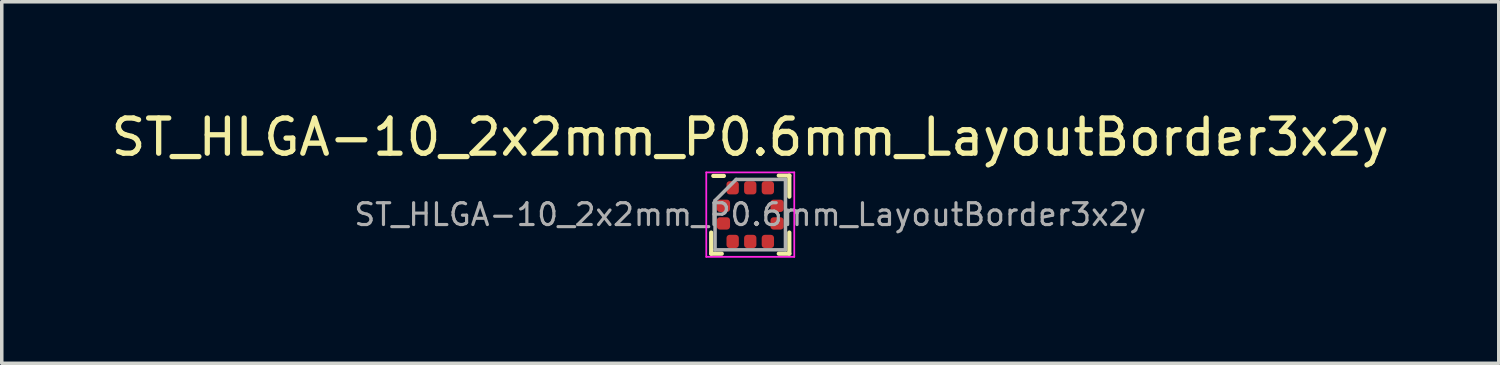
<source format=kicad_pcb>
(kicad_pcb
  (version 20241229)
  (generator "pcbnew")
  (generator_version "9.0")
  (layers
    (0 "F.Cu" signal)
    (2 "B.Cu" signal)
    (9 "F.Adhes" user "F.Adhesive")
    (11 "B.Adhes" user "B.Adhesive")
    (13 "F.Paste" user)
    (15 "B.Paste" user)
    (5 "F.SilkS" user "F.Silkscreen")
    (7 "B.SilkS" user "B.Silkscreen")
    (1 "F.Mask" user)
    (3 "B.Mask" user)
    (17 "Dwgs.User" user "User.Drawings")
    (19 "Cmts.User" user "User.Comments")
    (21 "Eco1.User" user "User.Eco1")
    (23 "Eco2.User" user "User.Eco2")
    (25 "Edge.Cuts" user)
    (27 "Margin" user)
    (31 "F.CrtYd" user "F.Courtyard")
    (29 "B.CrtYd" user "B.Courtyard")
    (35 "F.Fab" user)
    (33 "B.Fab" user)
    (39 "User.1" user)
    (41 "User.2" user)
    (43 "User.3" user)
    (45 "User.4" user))
  (footprint "ST_HLGA-10_2x2mm_P0.6mm_LayoutBorder3x2y"
    (layer "F.Cu")
    (at 18.268 3.048)
    (property "Reference" "ST_HLGA-10_2x2mm_P0.6mm_LayoutBorder3x2y" (at 0 -2.2 0) (layer "F.SilkS") (effects (font (size 1 1) (thickness 0.15))))
    (attr smd)
    (fp_line (start -1.11 1.11) (end -1.11 0.51) (stroke (width 0.12) (type solid)) (layer "F.SilkS"))
    (fp_line (start -0.81 1.11) (end -1.11 1.11) (stroke (width 0.12) (type solid)) (layer "F.SilkS"))
    (fp_line (start -0.75 -1.1) (end -1.05 -1.1) (stroke (width 0.12) (type solid)) (layer "F.SilkS"))
    (fp_line (start 0.81 -1.11) (end 1.11 -1.11) (stroke (width 0.12) (type solid)) (layer "F.SilkS"))
    (fp_line (start 0.81 1.11) (end 1.11 1.11) (stroke (width 0.12) (type solid)) (layer "F.SilkS"))
    (fp_line (start 1.11 -1.11) (end 1.11 -0.51) (stroke (width 0.12) (type solid)) (layer "F.SilkS"))
    (fp_line (start 1.11 1.11) (end 1.11 0.51) (stroke (width 0.12) (type solid)) (layer "F.SilkS"))
    (fp_line (start -1.25 -1.2) (end -1.25 1.2) (stroke (width 0.05) (type solid)) (layer "F.CrtYd"))
    (fp_line (start -1.25 1.2) (end 1.25 1.2) (stroke (width 0.05) (type solid)) (layer "F.CrtYd"))
    (fp_line (start 1.25 -1.2) (end -1.25 -1.2) (stroke (width 0.05) (type solid)) (layer "F.CrtYd"))
    (fp_line (start 1.25 1.2) (end 1.25 -1.2) (stroke (width 0.05) (type solid)) (layer "F.CrtYd"))
    (fp_line (start -1 -0.4) (end -0.4 -1) (stroke (width 0.1) (type solid)) (layer "F.Fab"))
    (fp_line (start -1 1) (end -1 -0.4) (stroke (width 0.1) (type solid)) (layer "F.Fab"))
    (fp_line (start -0.4 -1) (end 1 -1) (stroke (width 0.1) (type solid)) (layer "F.Fab"))
    (fp_line (start 1 -1) (end 1 1) (stroke (width 0.1) (type solid)) (layer "F.Fab"))
    (fp_line (start 1 1) (end -1 1) (stroke (width 0.1) (type solid)) (layer "F.Fab"))
    (fp_text user "${REFERENCE}" (at 0 0 0) (layer "F.Fab") (effects (font (size 0.62 0.62) (thickness 0.09))))
    (pad "1" smd roundrect (at -0.762 -0.25) (size 0.375 0.35) (layers "F.Cu" "F.Mask" "F.Paste") (roundrect_rratio 0.25))
    (pad "2" smd roundrect (at -0.762 0.25) (size 0.375 0.35) (layers "F.Cu" "F.Mask" "F.Paste") (roundrect_rratio 0.25))
    (pad "3" smd roundrect (at -0.5 0.762) (size 0.35 0.375) (layers "F.Cu" "F.Mask" "F.Paste") (roundrect_rratio 0.25))
    (pad "4" smd roundrect (at 0 0.762) (size 0.35 0.375) (layers "F.Cu" "F.Mask" "F.Paste") (roundrect_rratio 0.25))
    (pad "5" smd roundrect (at 0.5 0.762) (size 0.35 0.375) (layers "F.Cu" "F.Mask" "F.Paste") (roundrect_rratio 0.25))
    (pad "6" smd roundrect (at 0.762 0.25) (size 0.375 0.35) (layers "F.Cu" "F.Mask" "F.Paste") (roundrect_rratio 0.25))
    (pad "7" smd roundrect (at 0.762 -0.25) (size 0.375 0.35) (layers "F.Cu" "F.Mask" "F.Paste") (roundrect_rratio 0.25))
    (pad "8" smd roundrect (at 0.5 -0.762) (size 0.35 0.375) (layers "F.Cu" "F.Mask" "F.Paste") (roundrect_rratio 0.25))
    (pad "9" smd roundrect (at 0 -0.762) (size 0.35 0.375) (layers "F.Cu" "F.Mask" "F.Paste") (roundrect_rratio 0.25))
    (pad "10" smd roundrect (at -0.5 -0.762) (size 0.35 0.375) (layers "F.Cu" "F.Mask" "F.Paste") (roundrect_rratio 0.25)))
  (gr_rect
    (start -3 -3)
    (end 39.536 7.273)
    (stroke (width 0.1) (type default))
    (fill no)
    (layer "Edge.Cuts")))
</source>
